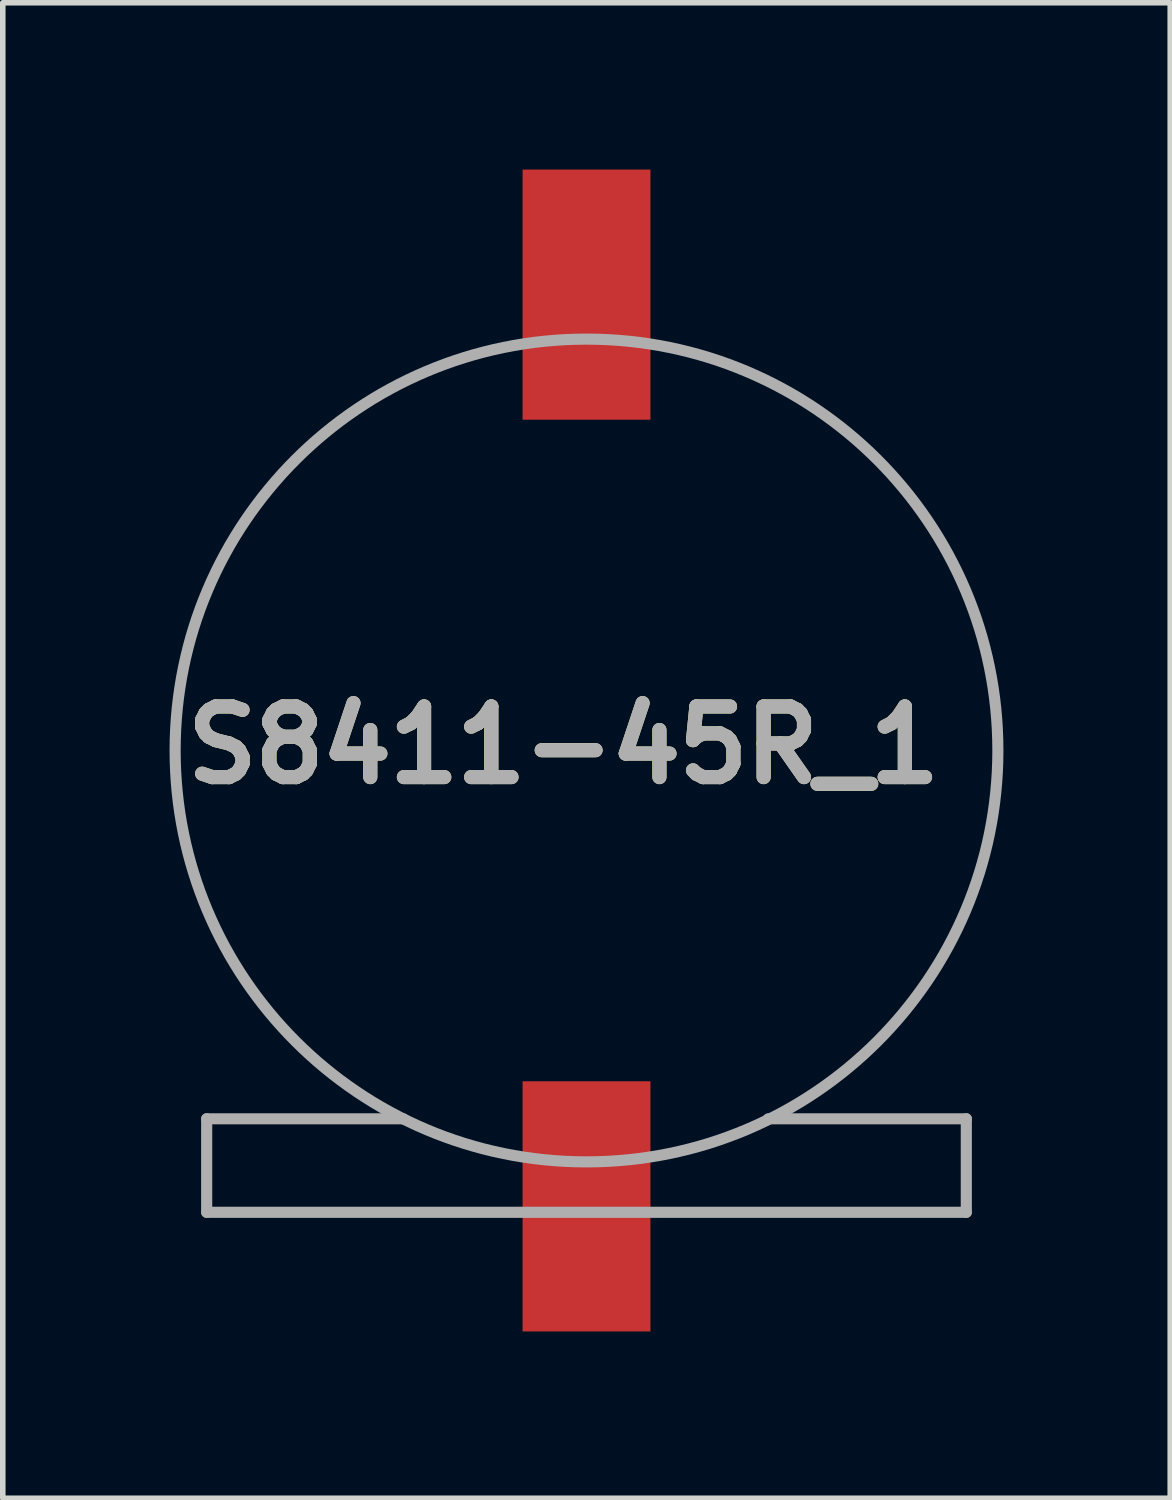
<source format=kicad_pcb>
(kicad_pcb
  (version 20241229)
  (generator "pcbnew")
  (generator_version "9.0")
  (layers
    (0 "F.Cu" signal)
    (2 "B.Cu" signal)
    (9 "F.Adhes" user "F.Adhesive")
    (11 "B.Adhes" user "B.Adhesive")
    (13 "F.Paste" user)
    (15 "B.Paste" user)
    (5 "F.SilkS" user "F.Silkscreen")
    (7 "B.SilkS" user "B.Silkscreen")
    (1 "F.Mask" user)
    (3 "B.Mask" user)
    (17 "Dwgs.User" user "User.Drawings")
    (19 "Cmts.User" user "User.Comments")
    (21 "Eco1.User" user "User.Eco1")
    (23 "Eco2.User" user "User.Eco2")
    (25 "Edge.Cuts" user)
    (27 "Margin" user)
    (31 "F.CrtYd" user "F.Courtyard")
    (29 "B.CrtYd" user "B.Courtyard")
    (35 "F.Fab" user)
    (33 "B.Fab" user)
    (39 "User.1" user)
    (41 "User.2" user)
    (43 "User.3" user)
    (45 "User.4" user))
  (footprint "S8411-45R_1"
    (layer "F.Cu")
    (at 7.5 10.45)
    (property "Reference" "S8411-45R_1" (at -0.412 -0.096 0) (layer "F.SilkS") (effects (font (size 1.27 1.27) (thickness 0.254))))
    (attr through_hole)
    (fp_line (start -6.832 6.625) (end -3.27 6.625) (stroke (width 0.1) (type solid)) (layer "F.SilkS"))
    (fp_line (start -6.832 8.307) (end -6.832 6.625) (stroke (width 0.1) (type solid)) (layer "F.SilkS"))
    (fp_line (start -6.832 8.307) (end -1.553 8.307) (stroke (width 0.1) (type solid)) (layer "F.SilkS"))
    (fp_line (start 6.832 6.625) (end 3.296 6.625) (stroke (width 0.1) (type solid)) (layer "F.SilkS"))
    (fp_line (start 6.832 8.307) (end 1.49 8.307) (stroke (width 0.1) (type solid)) (layer "F.SilkS"))
    (fp_line (start 6.832 8.307) (end 6.832 6.625) (stroke (width 0.1) (type solid)) (layer "F.SilkS"))
    (fp_arc (start -3.295295 6.625783) (mid -7.399998 0.000879) (end -3.29687 -6.625) (stroke (width 0.1) (type solid)) (layer "F.SilkS"))
    (fp_arc (start 3.295287 -6.625787) (mid 7.399995 -0.000884) (end 3.29687 6.625) (stroke (width 0.1) (type solid)) (layer "F.SilkS"))
    (fp_line (start -6.832 6.625) (end -6.832 8.307) (stroke (width 0.2) (type solid)) (layer "F.Fab"))
    (fp_line (start -6.832 8.307) (end 6.832 8.307) (stroke (width 0.2) (type solid)) (layer "F.Fab"))
    (fp_line (start -3.297 6.625) (end -6.832 6.625) (stroke (width 0.2) (type solid)) (layer "F.Fab"))
    (fp_line (start 6.832 6.625) (end 3.27 6.625) (stroke (width 0.2) (type solid)) (layer "F.Fab"))
    (fp_line (start 6.832 8.307) (end 6.832 6.625) (stroke (width 0.2) (type solid)) (layer "F.Fab"))
    (fp_circle (center 0 0) (end 0 7.4) (stroke (width 0.2) (type solid)) (fill no) (layer "F.Fab"))
    (fp_text user "${REFERENCE}" (at -0.412 -0.096 0) (layer "F.Fab") (effects (font (size 1.27 1.27) (thickness 0.254))))
    (pad "" np_thru_hole circle (at 0 -3.725) (size 0.001 0.001) (drill 1.05) (layers "*.Cu" "*.Mask"))
    (pad "" np_thru_hole circle (at 0 3.725) (size 0.001 0.001) (drill 1.3) (layers "*.Cu" "*.Mask"))
    (pad "1" smd rect (at 0 8.2) (size 2.3 4.5) (layers "F.Cu" "F.Mask" "F.Paste"))
    (pad "2" smd rect (at 0 -8.2) (size 2.3 4.5) (layers "F.Cu" "F.Mask" "F.Paste")))
  (gr_rect
    (start -3 -3)
    (end 18 23.9)
    (stroke (width 0.1) (type default))
    (fill no)
    (layer "Edge.Cuts")))
</source>
